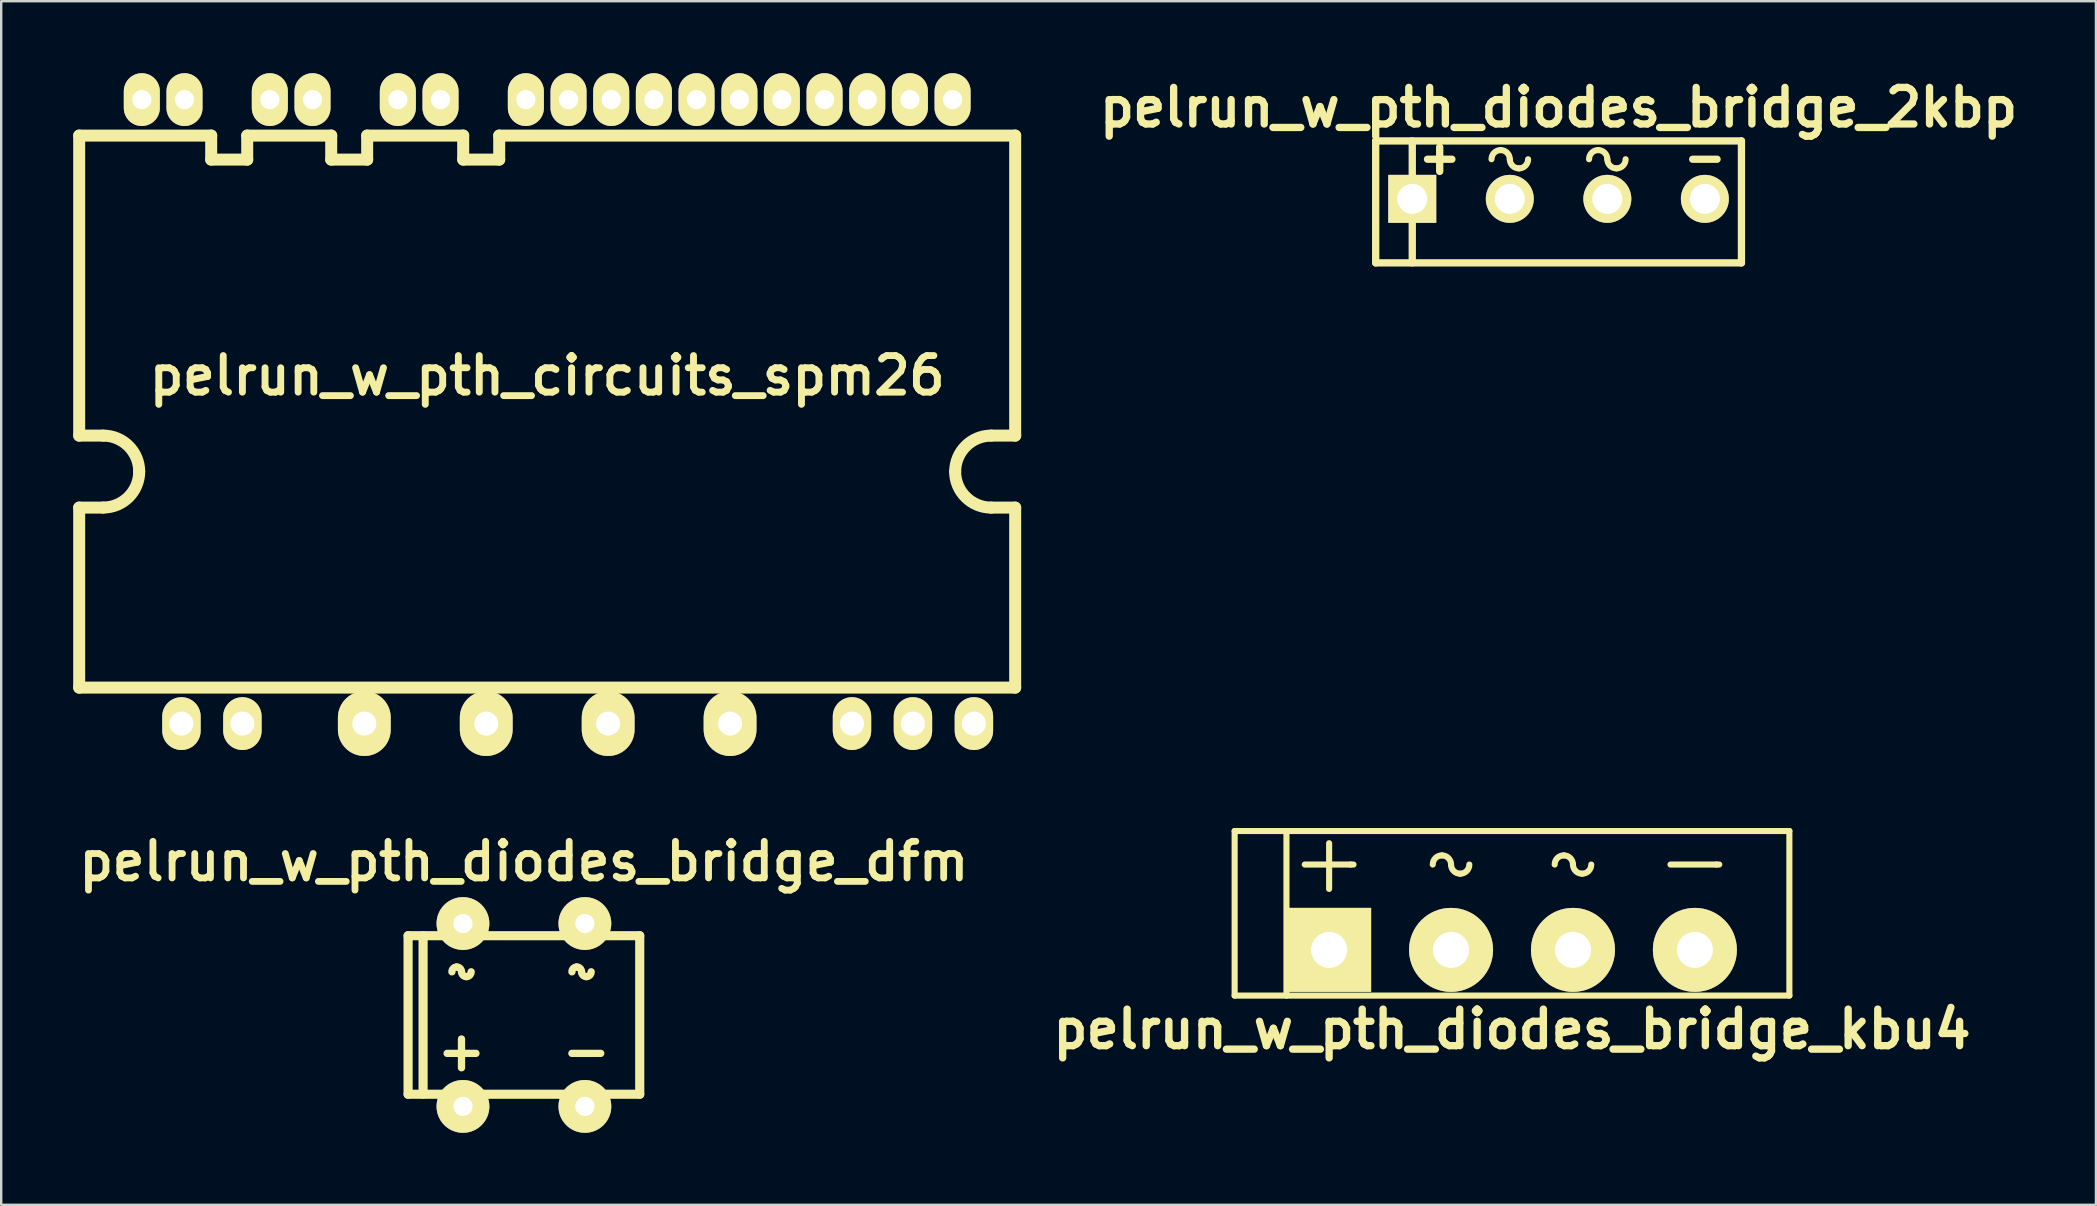
<source format=kicad_pcb>
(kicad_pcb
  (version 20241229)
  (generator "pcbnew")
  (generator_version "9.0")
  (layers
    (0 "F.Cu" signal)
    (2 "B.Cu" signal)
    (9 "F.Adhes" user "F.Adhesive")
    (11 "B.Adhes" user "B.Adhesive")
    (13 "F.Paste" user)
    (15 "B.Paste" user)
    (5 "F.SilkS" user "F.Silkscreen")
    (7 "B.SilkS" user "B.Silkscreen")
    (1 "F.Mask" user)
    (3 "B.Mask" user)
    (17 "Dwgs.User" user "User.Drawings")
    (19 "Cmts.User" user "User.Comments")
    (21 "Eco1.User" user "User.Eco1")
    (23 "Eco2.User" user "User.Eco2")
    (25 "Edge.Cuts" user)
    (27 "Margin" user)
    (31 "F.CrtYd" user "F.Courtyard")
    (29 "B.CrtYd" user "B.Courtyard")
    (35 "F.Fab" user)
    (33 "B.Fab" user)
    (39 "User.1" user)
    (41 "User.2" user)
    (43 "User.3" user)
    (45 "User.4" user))
  (footprint "pelrun_w_pth_diodes_bridge_2kbp"
    (layer "F.Cu")
    (at 61.891 5.236)
    (property "Reference" "pelrun_w_pth_diodes_bridge_2kbp" (at 0 -3.81 0) (layer "F.SilkS") (effects (font (size 1.524 1.524) (thickness 0.305))))
    (attr through_hole)
    (fp_line (start -7.62 -2.413) (end 7.62 -2.413) (stroke (width 0.305) (type solid)) (layer "F.SilkS"))
    (fp_line (start -7.62 2.667) (end -7.62 -2.413) (stroke (width 0.305) (type solid)) (layer "F.SilkS"))
    (fp_line (start -6.096 -2.413) (end -6.096 2.667) (stroke (width 0.305) (type solid)) (layer "F.SilkS"))
    (fp_line (start -4.953 -2.159) (end -4.953 -1.143) (stroke (width 0.305) (type solid)) (layer "F.SilkS"))
    (fp_line (start -4.445 -1.651) (end -5.461 -1.651) (stroke (width 0.305) (type solid)) (layer "F.SilkS"))
    (fp_line (start 6.604 -1.651) (end 5.588 -1.651) (stroke (width 0.305) (type solid)) (layer "F.SilkS"))
    (fp_line (start 7.62 -2.413) (end 7.62 2.667) (stroke (width 0.305) (type solid)) (layer "F.SilkS"))
    (fp_line (start 7.62 2.667) (end -7.62 2.667) (stroke (width 0.305) (type solid)) (layer "F.SilkS"))
    (fp_arc (start -2.794 -1.651) (mid -2.682408 -1.920408) (end -2.413 -2.032) (stroke (width 0.254) (type solid)) (layer "F.SilkS"))
    (fp_arc (start -2.413 -2.032) (mid -2.143592 -1.920408) (end -2.032 -1.651) (stroke (width 0.254) (type solid)) (layer "F.SilkS"))
    (fp_arc (start -1.651 -1.27) (mid -1.920408 -1.381592) (end -2.032 -1.651) (stroke (width 0.254) (type solid)) (layer "F.SilkS"))
    (fp_arc (start -1.27 -1.651) (mid -1.381592 -1.381592) (end -1.651 -1.27) (stroke (width 0.254) (type solid)) (layer "F.SilkS"))
    (fp_arc (start 1.27 -1.651) (mid 1.381592 -1.920408) (end 1.651 -2.032) (stroke (width 0.254) (type solid)) (layer "F.SilkS"))
    (fp_arc (start 1.651 -2.032) (mid 1.920408 -1.920408) (end 2.032 -1.651) (stroke (width 0.254) (type solid)) (layer "F.SilkS"))
    (fp_arc (start 2.413 -1.27) (mid 2.143592 -1.381592) (end 2.032 -1.651) (stroke (width 0.254) (type solid)) (layer "F.SilkS"))
    (fp_arc (start 2.794 -1.651) (mid 2.682408 -1.381592) (end 2.413 -1.27) (stroke (width 0.254) (type solid)) (layer "F.SilkS"))
    (pad "1" thru_hole rect (at -6.096 0) (size 1.999 1.999) (drill 1.25) (layers "*.Cu" "*.Mask" "F.SilkS"))
    (pad "2" thru_hole circle (at -2.032 0) (size 1.999 1.999) (drill 1.25) (layers "*.Cu" "*.Mask" "F.SilkS"))
    (pad "3" thru_hole circle (at 2.032 0) (size 1.999 1.999) (drill 1.25) (layers "*.Cu" "*.Mask" "F.SilkS"))
    (pad "4" thru_hole circle (at 6.096 0) (size 1.999 1.999) (drill 1.25) (layers "*.Cu" "*.Mask" "F.SilkS")))
  (footprint "pelrun_w_pth_circuits_spm26"
    (layer "F.Cu")
    (at 19.75 14.1)
    (property "Reference" "pelrun_w_pth_circuits_spm26" (at 0 -1.501 0) (layer "F.SilkS") (effects (font (size 1.524 1.524) (thickness 0.287))))
    (attr through_hole)
    (fp_line (start -19.5 -11.501) (end -19.5 1.001) (stroke (width 0.5) (type solid)) (layer "F.SilkS"))
    (fp_line (start -19.5 4) (end -19.5 11.501) (stroke (width 0.5) (type solid)) (layer "F.SilkS"))
    (fp_line (start -19.5 11.501) (end 19.5 11.501) (stroke (width 0.5) (type solid)) (layer "F.SilkS"))
    (fp_line (start -18.499 1.001) (end -19.5 1.001) (stroke (width 0.5) (type solid)) (layer "F.SilkS"))
    (fp_line (start -18.499 4) (end -19.5 4) (stroke (width 0.5) (type solid)) (layer "F.SilkS"))
    (fp_line (start -14 -11.501) (end -19.5 -11.501) (stroke (width 0.5) (type solid)) (layer "F.SilkS"))
    (fp_line (start -14 -11.501) (end -14 -10.5) (stroke (width 0.5) (type solid)) (layer "F.SilkS"))
    (fp_line (start -14 -10.5) (end -12.499 -10.5) (stroke (width 0.5) (type solid)) (layer "F.SilkS"))
    (fp_line (start -12.499 -11.501) (end -8.999 -11.501) (stroke (width 0.5) (type solid)) (layer "F.SilkS"))
    (fp_line (start -12.499 -10.5) (end -12.499 -11.501) (stroke (width 0.5) (type solid)) (layer "F.SilkS"))
    (fp_line (start -8.999 -11.501) (end -8.999 -10.5) (stroke (width 0.5) (type solid)) (layer "F.SilkS"))
    (fp_line (start -8.999 -10.5) (end -7.501 -10.5) (stroke (width 0.5) (type solid)) (layer "F.SilkS"))
    (fp_line (start -7.501 -10.5) (end -7.501 -11.501) (stroke (width 0.5) (type solid)) (layer "F.SilkS"))
    (fp_line (start -3.5 -11.501) (end -7.501 -11.501) (stroke (width 0.5) (type solid)) (layer "F.SilkS"))
    (fp_line (start -3.5 -11.501) (end -3.5 -10.5) (stroke (width 0.5) (type solid)) (layer "F.SilkS"))
    (fp_line (start -3.5 -10.5) (end -1.999 -10.5) (stroke (width 0.5) (type solid)) (layer "F.SilkS"))
    (fp_line (start -1.999 -11.501) (end 19.5 -11.501) (stroke (width 0.5) (type solid)) (layer "F.SilkS"))
    (fp_line (start -1.999 -10.5) (end -1.999 -11.501) (stroke (width 0.5) (type solid)) (layer "F.SilkS"))
    (fp_line (start 18.499 1.001) (end 19.5 1.001) (stroke (width 0.5) (type solid)) (layer "F.SilkS"))
    (fp_line (start 18.499 4) (end 19.5 4) (stroke (width 0.5) (type solid)) (layer "F.SilkS"))
    (fp_line (start 19.5 1.001) (end 19.5 -11.501) (stroke (width 0.5) (type solid)) (layer "F.SilkS"))
    (fp_line (start 19.5 4) (end 19.5 11.501) (stroke (width 0.5) (type solid)) (layer "F.SilkS"))
    (fp_arc (start -18.49882 1.00076) (mid -17.43915 1.43969) (end -17.00022 2.49936) (stroke (width 0.50038) (type solid)) (layer "F.SilkS"))
    (fp_arc (start -17.00022 2.49936) (mid -17.43915 3.55903) (end -18.49882 3.99796) (stroke (width 0.50038) (type solid)) (layer "F.SilkS"))
    (fp_arc (start 17.00022 2.49936) (mid 17.43915 1.43969) (end 18.49882 1.00076) (stroke (width 0.50038) (type solid)) (layer "F.SilkS"))
    (fp_arc (start 18.49882 4.0005) (mid 17.437354 3.560826) (end 16.99768 2.49936) (stroke (width 0.50038) (type solid)) (layer "F.SilkS"))
    (pad "1" thru_hole oval (at -15.24 13) (size 1.6 2.2) (drill 1.001) (layers "*.Cu" "*.Mask" "F.SilkS"))
    (pad "2" thru_hole oval (at -12.7 13) (size 1.6 2.2) (drill 1.001) (layers "*.Cu" "*.Mask" "F.SilkS"))
    (pad "3" thru_hole oval (at -7.62 13) (size 2.2 2.7) (drill 1.001) (layers "*.Cu" "*.Mask" "F.SilkS"))
    (pad "4" thru_hole oval (at -2.54 13) (size 2.2 2.7) (drill 1.001) (layers "*.Cu" "*.Mask" "F.SilkS"))
    (pad "5" thru_hole oval (at 2.54 13) (size 2.2 2.7) (drill 1.001) (layers "*.Cu" "*.Mask" "F.SilkS"))
    (pad "6" thru_hole oval (at 7.62 13) (size 2.2 2.7) (drill 1.001) (layers "*.Cu" "*.Mask" "F.SilkS"))
    (pad "7" thru_hole oval (at 12.7 13) (size 1.6 2.2) (drill 1.001) (layers "*.Cu" "*.Mask" "F.SilkS"))
    (pad "8" thru_hole oval (at 15.24 13) (size 1.6 2.2) (drill 1.001) (layers "*.Cu" "*.Mask" "F.SilkS"))
    (pad "9" thru_hole oval (at 17.78 13) (size 1.6 2.2) (drill 1.001) (layers "*.Cu" "*.Mask" "F.SilkS"))
    (pad "10" thru_hole oval (at 16.891 -13) (size 1.501 2.2) (drill 0.8) (layers "*.Cu" "*.Mask" "F.SilkS"))
    (pad "11" thru_hole oval (at 15.113 -13) (size 1.501 2.2) (drill 0.8) (layers "*.Cu" "*.Mask" "F.SilkS"))
    (pad "12" thru_hole oval (at 13.335 -13) (size 1.501 2.2) (drill 0.8) (layers "*.Cu" "*.Mask" "F.SilkS"))
    (pad "13" thru_hole oval (at 11.557 -13) (size 1.501 2.2) (drill 0.8) (layers "*.Cu" "*.Mask" "F.SilkS"))
    (pad "14" thru_hole oval (at 9.779 -13) (size 1.501 2.2) (drill 0.8) (layers "*.Cu" "*.Mask" "F.SilkS"))
    (pad "15" thru_hole oval (at 8.009 -13) (size 1.501 2.2) (drill 0.8) (layers "*.Cu" "*.Mask" "F.SilkS"))
    (pad "16" thru_hole oval (at 6.223 -13) (size 1.501 2.2) (drill 0.8) (layers "*.Cu" "*.Mask" "F.SilkS"))
    (pad "17" thru_hole oval (at 4.445 -13) (size 1.501 2.2) (drill 0.8) (layers "*.Cu" "*.Mask" "F.SilkS"))
    (pad "18" thru_hole oval (at 2.667 -13) (size 1.501 2.2) (drill 0.8) (layers "*.Cu" "*.Mask" "F.SilkS"))
    (pad "19" thru_hole oval (at 0.889 -13) (size 1.501 2.2) (drill 0.8) (layers "*.Cu" "*.Mask" "F.SilkS"))
    (pad "20" thru_hole oval (at -0.889 -13) (size 1.501 2.2) (drill 0.8) (layers "*.Cu" "*.Mask" "F.SilkS"))
    (pad "21" thru_hole oval (at -4.445 -13) (size 1.501 2.2) (drill 0.8) (layers "*.Cu" "*.Mask" "F.SilkS"))
    (pad "22" thru_hole oval (at -6.223 -13) (size 1.501 2.2) (drill 0.8) (layers "*.Cu" "*.Mask" "F.SilkS"))
    (pad "23" thru_hole oval (at -9.779 -13) (size 1.501 2.2) (drill 0.8) (layers "*.Cu" "*.Mask" "F.SilkS"))
    (pad "24" thru_hole oval (at -11.557 -13) (size 1.501 2.2) (drill 0.8) (layers "*.Cu" "*.Mask" "F.SilkS"))
    (pad "25" thru_hole oval (at -15.113 -13) (size 1.501 2.2) (drill 0.8) (layers "*.Cu" "*.Mask" "F.SilkS"))
    (pad "26" thru_hole oval (at -16.891 -13) (size 1.501 2.2) (drill 0.8) (layers "*.Cu" "*.Mask" "F.SilkS")))
  (footprint "pelrun_w_pth_diodes_bridge_kbu4"
    (layer "F.Cu")
    (at 59.951 36.529)
    (property "Reference" "pelrun_w_pth_diodes_bridge_kbu4" (at 0 3.302 0) (layer "F.SilkS") (effects (font (size 1.524 1.524) (thickness 0.305))))
    (attr through_hole)
    (fp_line (start -11.557 -4.953) (end -11.557 1.905) (stroke (width 0.254) (type solid)) (layer "F.SilkS"))
    (fp_line (start -11.557 1.905) (end 11.557 1.905) (stroke (width 0.254) (type solid)) (layer "F.SilkS"))
    (fp_line (start -9.398 -4.953) (end -9.398 1.905) (stroke (width 0.254) (type solid)) (layer "F.SilkS"))
    (fp_line (start -8.636 -3.556) (end -6.731 -3.556) (stroke (width 0.254) (type solid)) (layer "F.SilkS"))
    (fp_line (start -7.62 -4.445) (end -7.62 -2.54) (stroke (width 0.254) (type solid)) (layer "F.SilkS"))
    (fp_line (start -6.731 -3.556) (end -6.604 -3.556) (stroke (width 0.254) (type solid)) (layer "F.SilkS"))
    (fp_line (start 6.604 -3.556) (end 8.509 -3.556) (stroke (width 0.254) (type solid)) (layer "F.SilkS"))
    (fp_line (start 8.509 -3.556) (end 8.636 -3.556) (stroke (width 0.254) (type solid)) (layer "F.SilkS"))
    (fp_line (start 11.557 -4.953) (end -11.557 -4.953) (stroke (width 0.254) (type solid)) (layer "F.SilkS"))
    (fp_line (start 11.557 1.905) (end 11.557 -4.953) (stroke (width 0.254) (type solid)) (layer "F.SilkS"))
    (fp_arc (start -3.302 -3.556) (mid -3.190408 -3.825408) (end -2.921 -3.937) (stroke (width 0.254) (type solid)) (layer "F.SilkS"))
    (fp_arc (start -2.921 -3.937) (mid -2.651592 -3.825408) (end -2.54 -3.556) (stroke (width 0.254) (type solid)) (layer "F.SilkS"))
    (fp_arc (start -2.159 -3.175) (mid -2.428408 -3.286592) (end -2.54 -3.556) (stroke (width 0.254) (type solid)) (layer "F.SilkS"))
    (fp_arc (start -1.778 -3.556) (mid -1.889592 -3.286592) (end -2.159 -3.175) (stroke (width 0.254) (type solid)) (layer "F.SilkS"))
    (fp_arc (start 1.778 -3.556) (mid 1.889592 -3.825408) (end 2.159 -3.937) (stroke (width 0.254) (type solid)) (layer "F.SilkS"))
    (fp_arc (start 2.159 -3.937) (mid 2.428408 -3.825408) (end 2.54 -3.556) (stroke (width 0.254) (type solid)) (layer "F.SilkS"))
    (fp_arc (start 2.921 -3.175) (mid 2.651592 -3.286592) (end 2.54 -3.556) (stroke (width 0.254) (type solid)) (layer "F.SilkS"))
    (fp_arc (start 3.302 -3.556) (mid 3.190408 -3.286592) (end 2.921 -3.175) (stroke (width 0.254) (type solid)) (layer "F.SilkS"))
    (pad "1" thru_hole rect (at -7.62 0) (size 3.5 3.5) (drill 1.501) (layers "*.Cu" "*.Mask" "F.SilkS"))
    (pad "2" thru_hole circle (at -2.54 0) (size 3.5 3.5) (drill 1.501) (layers "*.Cu" "*.Mask" "F.SilkS"))
    (pad "3" thru_hole circle (at 2.54 0) (size 3.5 3.5) (drill 1.501) (layers "*.Cu" "*.Mask" "F.SilkS"))
    (pad "4" thru_hole circle (at 7.62 0) (size 3.5 3.5) (drill 1.501) (layers "*.Cu" "*.Mask" "F.SilkS")))
  (footprint "pelrun_w_pth_diodes_bridge_dfm"
    (layer "F.Cu")
    (at 18.78 39.241)
    (property "Reference" "pelrun_w_pth_diodes_bridge_dfm" (at 0 -6.401 0) (layer "F.SilkS") (effects (font (size 1.524 1.524) (thickness 0.284))))
    (attr through_hole)
    (fp_line (start -4.826 -3.302) (end 4.826 -3.302) (stroke (width 0.381) (type solid)) (layer "F.SilkS"))
    (fp_line (start -4.826 3.302) (end -4.826 -3.302) (stroke (width 0.381) (type solid)) (layer "F.SilkS"))
    (fp_line (start -4.201 -3.299) (end -4.201 3.299) (stroke (width 0.381) (type solid)) (layer "F.SilkS"))
    (fp_line (start -2.601 2.2) (end -2.601 1.001) (stroke (width 0.305) (type solid)) (layer "F.SilkS"))
    (fp_line (start -1.999 1.6) (end -3.2 1.6) (stroke (width 0.305) (type solid)) (layer "F.SilkS"))
    (fp_line (start 1.999 1.6) (end 3.2 1.6) (stroke (width 0.305) (type solid)) (layer "F.SilkS"))
    (fp_line (start 4.826 -3.302) (end 4.826 3.302) (stroke (width 0.381) (type solid)) (layer "F.SilkS"))
    (fp_line (start 4.826 3.302) (end -4.826 3.302) (stroke (width 0.381) (type solid)) (layer "F.SilkS"))
    (fp_arc (start -2.99974 -1.79832) (mid -2.941712 -1.938412) (end -2.80162 -1.99644) (stroke (width 0.3048) (type solid)) (layer "F.SilkS"))
    (fp_arc (start -2.80162 -1.99898) (mid -2.659732 -1.940208) (end -2.60096 -1.79832) (stroke (width 0.3048) (type solid)) (layer "F.SilkS"))
    (fp_arc (start -2.4003 -1.6002) (mid -2.540392 -1.658228) (end -2.59842 -1.79832) (stroke (width 0.3048) (type solid)) (layer "F.SilkS"))
    (fp_arc (start -2.19964 -1.79832) (mid -2.258412 -1.656432) (end -2.4003 -1.59766) (stroke (width 0.3048) (type solid)) (layer "F.SilkS"))
    (fp_arc (start 2.00152 -1.79832) (mid 2.059548 -1.938412) (end 2.19964 -1.99644) (stroke (width 0.3048) (type solid)) (layer "F.SilkS"))
    (fp_arc (start 2.19964 -1.99898) (mid 2.341528 -1.940208) (end 2.4003 -1.79832) (stroke (width 0.3048) (type solid)) (layer "F.SilkS"))
    (fp_arc (start 2.60096 -1.6002) (mid 2.460868 -1.658228) (end 2.40284 -1.79832) (stroke (width 0.3048) (type solid)) (layer "F.SilkS"))
    (fp_arc (start 2.80162 -1.79832) (mid 2.742848 -1.656432) (end 2.60096 -1.59766) (stroke (width 0.3048) (type solid)) (layer "F.SilkS"))
    (pad "1" thru_hole oval (at -2.54 3.81) (size 2.2 2.2) (drill 0.8) (layers "*.Cu" "*.Mask" "F.SilkS"))
    (pad "2" thru_hole oval (at -2.54 -3.81) (size 2.2 2.2) (drill 0.8) (layers "*.Cu" "*.Mask" "F.SilkS"))
    (pad "3" thru_hole oval (at 2.54 -3.81) (size 2.2 2.2) (drill 0.8) (layers "*.Cu" "*.Mask" "F.SilkS"))
    (pad "4" thru_hole oval (at 2.54 3.81) (size 2.2 2.2) (drill 0.8) (layers "*.Cu" "*.Mask" "F.SilkS")))
  (gr_rect
    (start -3 -3)
    (end 84.282 47.151)
    (stroke (width 0.1) (type default))
    (fill no)
    (layer "Edge.Cuts")))
</source>
